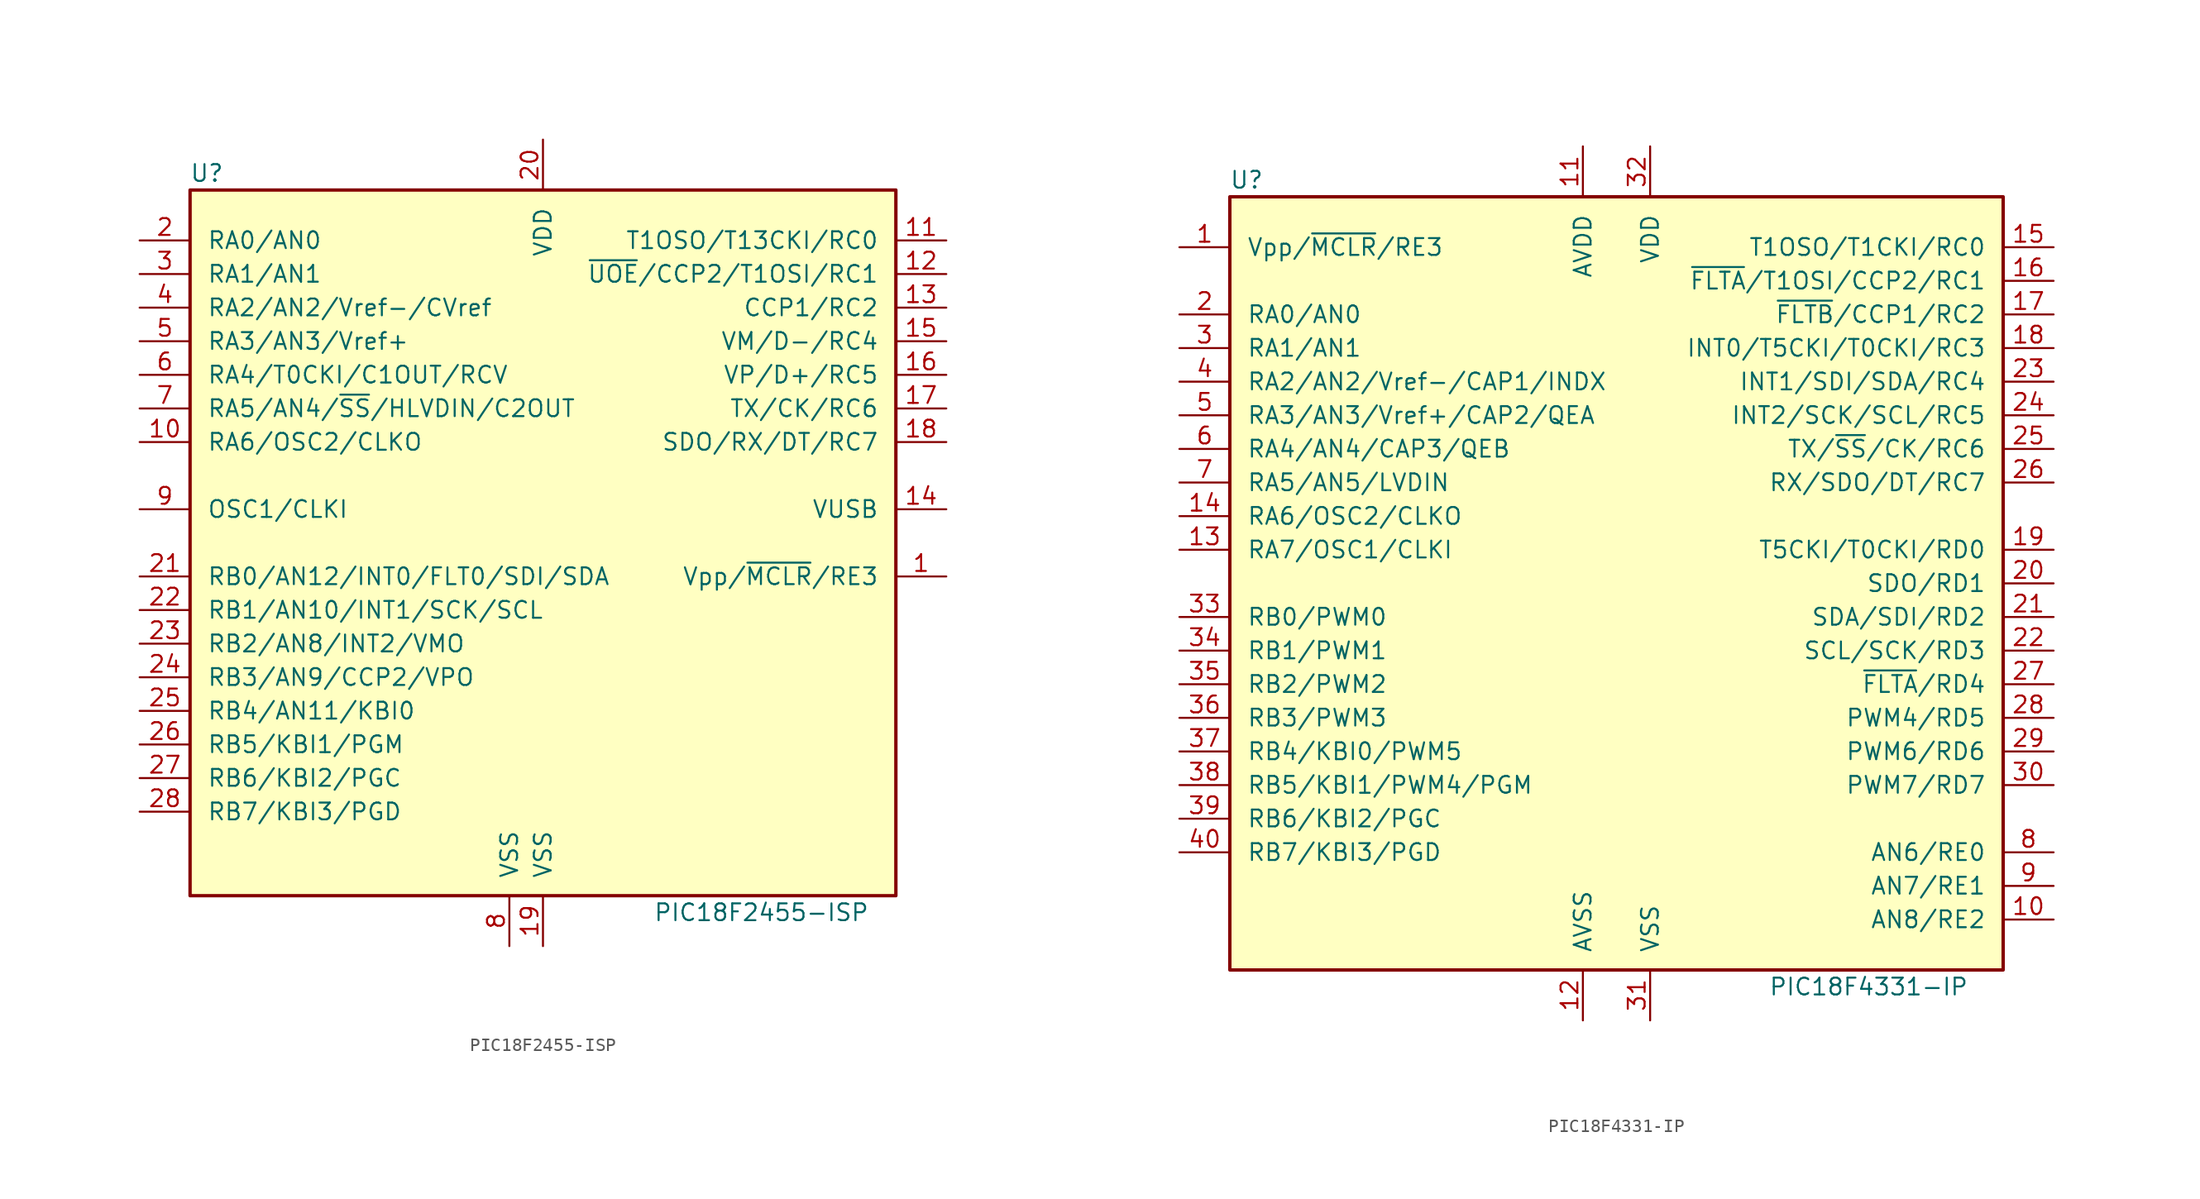
<source format=kicad_sym>
(kicad_symbol_lib
  (version 20211014)
  (generator kicad_symbol_editor)
  (symbol "PIC18F2455-ISP"
    (pin_names
      (offset 1.27))
    (property "Reference" "U"
      (at -25.4 27.94 0)
      (effects (font (size 1.27 1.27))))
    (property "Value" "PIC18F2455-ISP"
      (at 16.51 -27.94 0)
      (effects (font (size 1.27 1.27))))
    (symbol "PIC18F2455-ISP_0_1"
      (rectangle (start -26.67 26.67) (end 26.67 -26.67) (stroke (width 0.254) (type default) (color 0 0 0 0)) (fill (type background))))
    (symbol "PIC18F2455-ISP_1_1"
      (pin input line (at 30.48 -2.54 180) (length 3.81) (name "Vpp/~{MCLR}/RE3" (effects (font (size 1.27 1.27)))) (number "1" (effects (font (size 1.27 1.27)))))
      (pin output line (at -30.48 7.62 0) (length 3.81) (name "RA6/OSC2/CLKO" (effects (font (size 1.27 1.27)))) (number "10" (effects (font (size 1.27 1.27)))))
      (pin bidirectional line (at 30.48 22.86 180) (length 3.81) (name "T1OSO/T13CKI/RC0" (effects (font (size 1.27 1.27)))) (number "11" (effects (font (size 1.27 1.27)))))
      (pin bidirectional line (at 30.48 20.32 180) (length 3.81) (name "~{UOE}/CCP2/T1OSI/RC1" (effects (font (size 1.27 1.27)))) (number "12" (effects (font (size 1.27 1.27)))))
      (pin bidirectional line (at 30.48 17.78 180) (length 3.81) (name "CCP1/RC2" (effects (font (size 1.27 1.27)))) (number "13" (effects (font (size 1.27 1.27)))))
      (pin bidirectional line (at 30.48 2.54 180) (length 3.81) (name "VUSB" (effects (font (size 1.27 1.27)))) (number "14" (effects (font (size 1.27 1.27)))))
      (pin bidirectional line (at 30.48 15.24 180) (length 3.81) (name "VM/D-/RC4" (effects (font (size 1.27 1.27)))) (number "15" (effects (font (size 1.27 1.27)))))
      (pin bidirectional line (at 30.48 12.7 180) (length 3.81) (name "VP/D+/RC5" (effects (font (size 1.27 1.27)))) (number "16" (effects (font (size 1.27 1.27)))))
      (pin bidirectional line (at 30.48 10.16 180) (length 3.81) (name "TX/CK/RC6" (effects (font (size 1.27 1.27)))) (number "17" (effects (font (size 1.27 1.27)))))
      (pin bidirectional line (at 30.48 7.62 180) (length 3.81) (name "SDO/RX/DT/RC7" (effects (font (size 1.27 1.27)))) (number "18" (effects (font (size 1.27 1.27)))))
      (pin power_in line (at 0 -30.48 90) (length 3.81) (name "VSS" (effects (font (size 1.27 1.27)))) (number "19" (effects (font (size 1.27 1.27)))))
      (pin bidirectional line (at -30.48 22.86 0) (length 3.81) (name "RA0/AN0" (effects (font (size 1.27 1.27)))) (number "2" (effects (font (size 1.27 1.27)))))
      (pin power_in line (at 0 30.48 270) (length 3.81) (name "VDD" (effects (font (size 1.27 1.27)))) (number "20" (effects (font (size 1.27 1.27)))))
      (pin bidirectional line (at -30.48 -2.54 0) (length 3.81) (name "RB0/AN12/INT0/FLT0/SDI/SDA" (effects (font (size 1.27 1.27)))) (number "21" (effects (font (size 1.27 1.27)))))
      (pin bidirectional line (at -30.48 -5.08 0) (length 3.81) (name "RB1/AN10/INT1/SCK/SCL" (effects (font (size 1.27 1.27)))) (number "22" (effects (font (size 1.27 1.27)))))
      (pin bidirectional line (at -30.48 -7.62 0) (length 3.81) (name "RB2/AN8/INT2/VMO" (effects (font (size 1.27 1.27)))) (number "23" (effects (font (size 1.27 1.27)))))
      (pin bidirectional line (at -30.48 -10.16 0) (length 3.81) (name "RB3/AN9/CCP2/VPO" (effects (font (size 1.27 1.27)))) (number "24" (effects (font (size 1.27 1.27)))))
      (pin bidirectional line (at -30.48 -12.7 0) (length 3.81) (name "RB4/AN11/KBI0" (effects (font (size 1.27 1.27)))) (number "25" (effects (font (size 1.27 1.27)))))
      (pin bidirectional line (at -30.48 -15.24 0) (length 3.81) (name "RB5/KBI1/PGM" (effects (font (size 1.27 1.27)))) (number "26" (effects (font (size 1.27 1.27)))))
      (pin bidirectional line (at -30.48 -17.78 0) (length 3.81) (name "RB6/KBI2/PGC" (effects (font (size 1.27 1.27)))) (number "27" (effects (font (size 1.27 1.27)))))
      (pin bidirectional line (at -30.48 -20.32 0) (length 3.81) (name "RB7/KBI3/PGD" (effects (font (size 1.27 1.27)))) (number "28" (effects (font (size 1.27 1.27)))))
      (pin bidirectional line (at -30.48 20.32 0) (length 3.81) (name "RA1/AN1" (effects (font (size 1.27 1.27)))) (number "3" (effects (font (size 1.27 1.27)))))
      (pin bidirectional line (at -30.48 17.78 0) (length 3.81) (name "RA2/AN2/Vref-/CVref" (effects (font (size 1.27 1.27)))) (number "4" (effects (font (size 1.27 1.27)))))
      (pin bidirectional line (at -30.48 15.24 0) (length 3.81) (name "RA3/AN3/Vref+" (effects (font (size 1.27 1.27)))) (number "5" (effects (font (size 1.27 1.27)))))
      (pin bidirectional line (at -30.48 12.7 0) (length 3.81) (name "RA4/T0CKI/C1OUT/RCV" (effects (font (size 1.27 1.27)))) (number "6" (effects (font (size 1.27 1.27)))))
      (pin bidirectional line (at -30.48 10.16 0) (length 3.81) (name "RA5/AN4/~{SS}/HLVDIN/C2OUT" (effects (font (size 1.27 1.27)))) (number "7" (effects (font (size 1.27 1.27)))))
      (pin power_in line (at -2.54 -30.48 90) (length 3.81) (name "VSS" (effects (font (size 1.27 1.27)))) (number "8" (effects (font (size 1.27 1.27)))))
      (pin input line (at -30.48 2.54 0) (length 3.81) (name "OSC1/CLKI" (effects (font (size 1.27 1.27)))) (number "9" (effects (font (size 1.27 1.27)))))))
  (symbol "PIC18F4331-IP"
    (pin_names
      (offset 1.27))
    (property "Reference" "U"
      (at -27.94 30.48 0)
      (effects (font (size 1.27 1.27))))
    (property "Value" "PIC18F4331-IP"
      (at 19.05 -30.48 0)
      (effects (font (size 1.27 1.27))))
    (symbol "PIC18F4331-IP_0_1"
      (rectangle (start -29.21 29.21) (end 29.21 -29.21) (stroke (width 0.254) (type default) (color 0 0 0 0)) (fill (type background))))
    (symbol "PIC18F4331-IP_1_1"
      (pin input line (at -33.02 25.4 0) (length 3.81) (name "Vpp/~{MCLR}/RE3" (effects (font (size 1.27 1.27)))) (number "1" (effects (font (size 1.27 1.27)))))
      (pin bidirectional line (at 33.02 -25.4 180) (length 3.81) (name "AN8/RE2" (effects (font (size 1.27 1.27)))) (number "10" (effects (font (size 1.27 1.27)))))
      (pin power_in line (at -2.54 33.02 270) (length 3.81) (name "AVDD" (effects (font (size 1.27 1.27)))) (number "11" (effects (font (size 1.27 1.27)))))
      (pin power_in line (at -2.54 -33.02 90) (length 3.81) (name "AVSS" (effects (font (size 1.27 1.27)))) (number "12" (effects (font (size 1.27 1.27)))))
      (pin bidirectional line (at -33.02 2.54 0) (length 3.81) (name "RA7/OSC1/CLKI" (effects (font (size 1.27 1.27)))) (number "13" (effects (font (size 1.27 1.27)))))
      (pin bidirectional line (at -33.02 5.08 0) (length 3.81) (name "RA6/OSC2/CLKO" (effects (font (size 1.27 1.27)))) (number "14" (effects (font (size 1.27 1.27)))))
      (pin bidirectional line (at 33.02 25.4 180) (length 3.81) (name "T1OSO/T1CKI/RC0" (effects (font (size 1.27 1.27)))) (number "15" (effects (font (size 1.27 1.27)))))
      (pin bidirectional line (at 33.02 22.86 180) (length 3.81) (name "~{FLTA}/T1OSI/CCP2/RC1" (effects (font (size 1.27 1.27)))) (number "16" (effects (font (size 1.27 1.27)))))
      (pin bidirectional line (at 33.02 20.32 180) (length 3.81) (name "~{FLTB}/CCP1/RC2" (effects (font (size 1.27 1.27)))) (number "17" (effects (font (size 1.27 1.27)))))
      (pin bidirectional line (at 33.02 17.78 180) (length 3.81) (name "INT0/T5CKI/T0CKI/RC3" (effects (font (size 1.27 1.27)))) (number "18" (effects (font (size 1.27 1.27)))))
      (pin bidirectional line (at 33.02 2.54 180) (length 3.81) (name "T5CKI/T0CKI/RD0" (effects (font (size 1.27 1.27)))) (number "19" (effects (font (size 1.27 1.27)))))
      (pin bidirectional line (at -33.02 20.32 0) (length 3.81) (name "RA0/AN0" (effects (font (size 1.27 1.27)))) (number "2" (effects (font (size 1.27 1.27)))))
      (pin bidirectional line (at 33.02 0 180) (length 3.81) (name "SDO/RD1" (effects (font (size 1.27 1.27)))) (number "20" (effects (font (size 1.27 1.27)))))
      (pin bidirectional line (at 33.02 -2.54 180) (length 3.81) (name "SDA/SDI/RD2" (effects (font (size 1.27 1.27)))) (number "21" (effects (font (size 1.27 1.27)))))
      (pin bidirectional line (at 33.02 -5.08 180) (length 3.81) (name "SCL/SCK/RD3" (effects (font (size 1.27 1.27)))) (number "22" (effects (font (size 1.27 1.27)))))
      (pin bidirectional line (at 33.02 15.24 180) (length 3.81) (name "INT1/SDI/SDA/RC4" (effects (font (size 1.27 1.27)))) (number "23" (effects (font (size 1.27 1.27)))))
      (pin bidirectional line (at 33.02 12.7 180) (length 3.81) (name "INT2/SCK/SCL/RC5" (effects (font (size 1.27 1.27)))) (number "24" (effects (font (size 1.27 1.27)))))
      (pin bidirectional line (at 33.02 10.16 180) (length 3.81) (name "TX/~{SS}/CK/RC6" (effects (font (size 1.27 1.27)))) (number "25" (effects (font (size 1.27 1.27)))))
      (pin bidirectional line (at 33.02 7.62 180) (length 3.81) (name "RX/SDO/DT/RC7" (effects (font (size 1.27 1.27)))) (number "26" (effects (font (size 1.27 1.27)))))
      (pin bidirectional line (at 33.02 -7.62 180) (length 3.81) (name "~{FLTA}/RD4" (effects (font (size 1.27 1.27)))) (number "27" (effects (font (size 1.27 1.27)))))
      (pin bidirectional line (at 33.02 -10.16 180) (length 3.81) (name "PWM4/RD5" (effects (font (size 1.27 1.27)))) (number "28" (effects (font (size 1.27 1.27)))))
      (pin bidirectional line (at 33.02 -12.7 180) (length 3.81) (name "PWM6/RD6" (effects (font (size 1.27 1.27)))) (number "29" (effects (font (size 1.27 1.27)))))
      (pin bidirectional line (at -33.02 17.78 0) (length 3.81) (name "RA1/AN1" (effects (font (size 1.27 1.27)))) (number "3" (effects (font (size 1.27 1.27)))))
      (pin bidirectional line (at 33.02 -15.24 180) (length 3.81) (name "PWM7/RD7" (effects (font (size 1.27 1.27)))) (number "30" (effects (font (size 1.27 1.27)))))
      (pin power_in line (at 2.54 -33.02 90) (length 3.81) (name "VSS" (effects (font (size 1.27 1.27)))) (number "31" (effects (font (size 1.27 1.27)))))
      (pin power_in line (at 2.54 33.02 270) (length 3.81) (name "VDD" (effects (font (size 1.27 1.27)))) (number "32" (effects (font (size 1.27 1.27)))))
      (pin bidirectional line (at -33.02 -2.54 0) (length 3.81) (name "RB0/PWM0" (effects (font (size 1.27 1.27)))) (number "33" (effects (font (size 1.27 1.27)))))
      (pin bidirectional line (at -33.02 -5.08 0) (length 3.81) (name "RB1/PWM1" (effects (font (size 1.27 1.27)))) (number "34" (effects (font (size 1.27 1.27)))))
      (pin bidirectional line (at -33.02 -7.62 0) (length 3.81) (name "RB2/PWM2" (effects (font (size 1.27 1.27)))) (number "35" (effects (font (size 1.27 1.27)))))
      (pin bidirectional line (at -33.02 -10.16 0) (length 3.81) (name "RB3/PWM3" (effects (font (size 1.27 1.27)))) (number "36" (effects (font (size 1.27 1.27)))))
      (pin bidirectional line (at -33.02 -12.7 0) (length 3.81) (name "RB4/KBI0/PWM5" (effects (font (size 1.27 1.27)))) (number "37" (effects (font (size 1.27 1.27)))))
      (pin bidirectional line (at -33.02 -15.24 0) (length 3.81) (name "RB5/KBI1/PWM4/PGM" (effects (font (size 1.27 1.27)))) (number "38" (effects (font (size 1.27 1.27)))))
      (pin bidirectional line (at -33.02 -17.78 0) (length 3.81) (name "RB6/KBI2/PGC" (effects (font (size 1.27 1.27)))) (number "39" (effects (font (size 1.27 1.27)))))
      (pin bidirectional line (at -33.02 15.24 0) (length 3.81) (name "RA2/AN2/Vref-/CAP1/INDX" (effects (font (size 1.27 1.27)))) (number "4" (effects (font (size 1.27 1.27)))))
      (pin bidirectional line (at -33.02 -20.32 0) (length 3.81) (name "RB7/KBI3/PGD" (effects (font (size 1.27 1.27)))) (number "40" (effects (font (size 1.27 1.27)))))
      (pin bidirectional line (at -33.02 12.7 0) (length 3.81) (name "RA3/AN3/Vref+/CAP2/QEA" (effects (font (size 1.27 1.27)))) (number "5" (effects (font (size 1.27 1.27)))))
      (pin bidirectional line (at -33.02 10.16 0) (length 3.81) (name "RA4/AN4/CAP3/QEB" (effects (font (size 1.27 1.27)))) (number "6" (effects (font (size 1.27 1.27)))))
      (pin bidirectional line (at -33.02 7.62 0) (length 3.81) (name "RA5/AN5/LVDIN" (effects (font (size 1.27 1.27)))) (number "7" (effects (font (size 1.27 1.27)))))
      (pin bidirectional line (at 33.02 -20.32 180) (length 3.81) (name "AN6/RE0" (effects (font (size 1.27 1.27)))) (number "8" (effects (font (size 1.27 1.27)))))
      (pin bidirectional line (at 33.02 -22.86 180) (length 3.81) (name "AN7/RE1" (effects (font (size 1.27 1.27)))) (number "9" (effects (font (size 1.27 1.27))))))))
</source>
